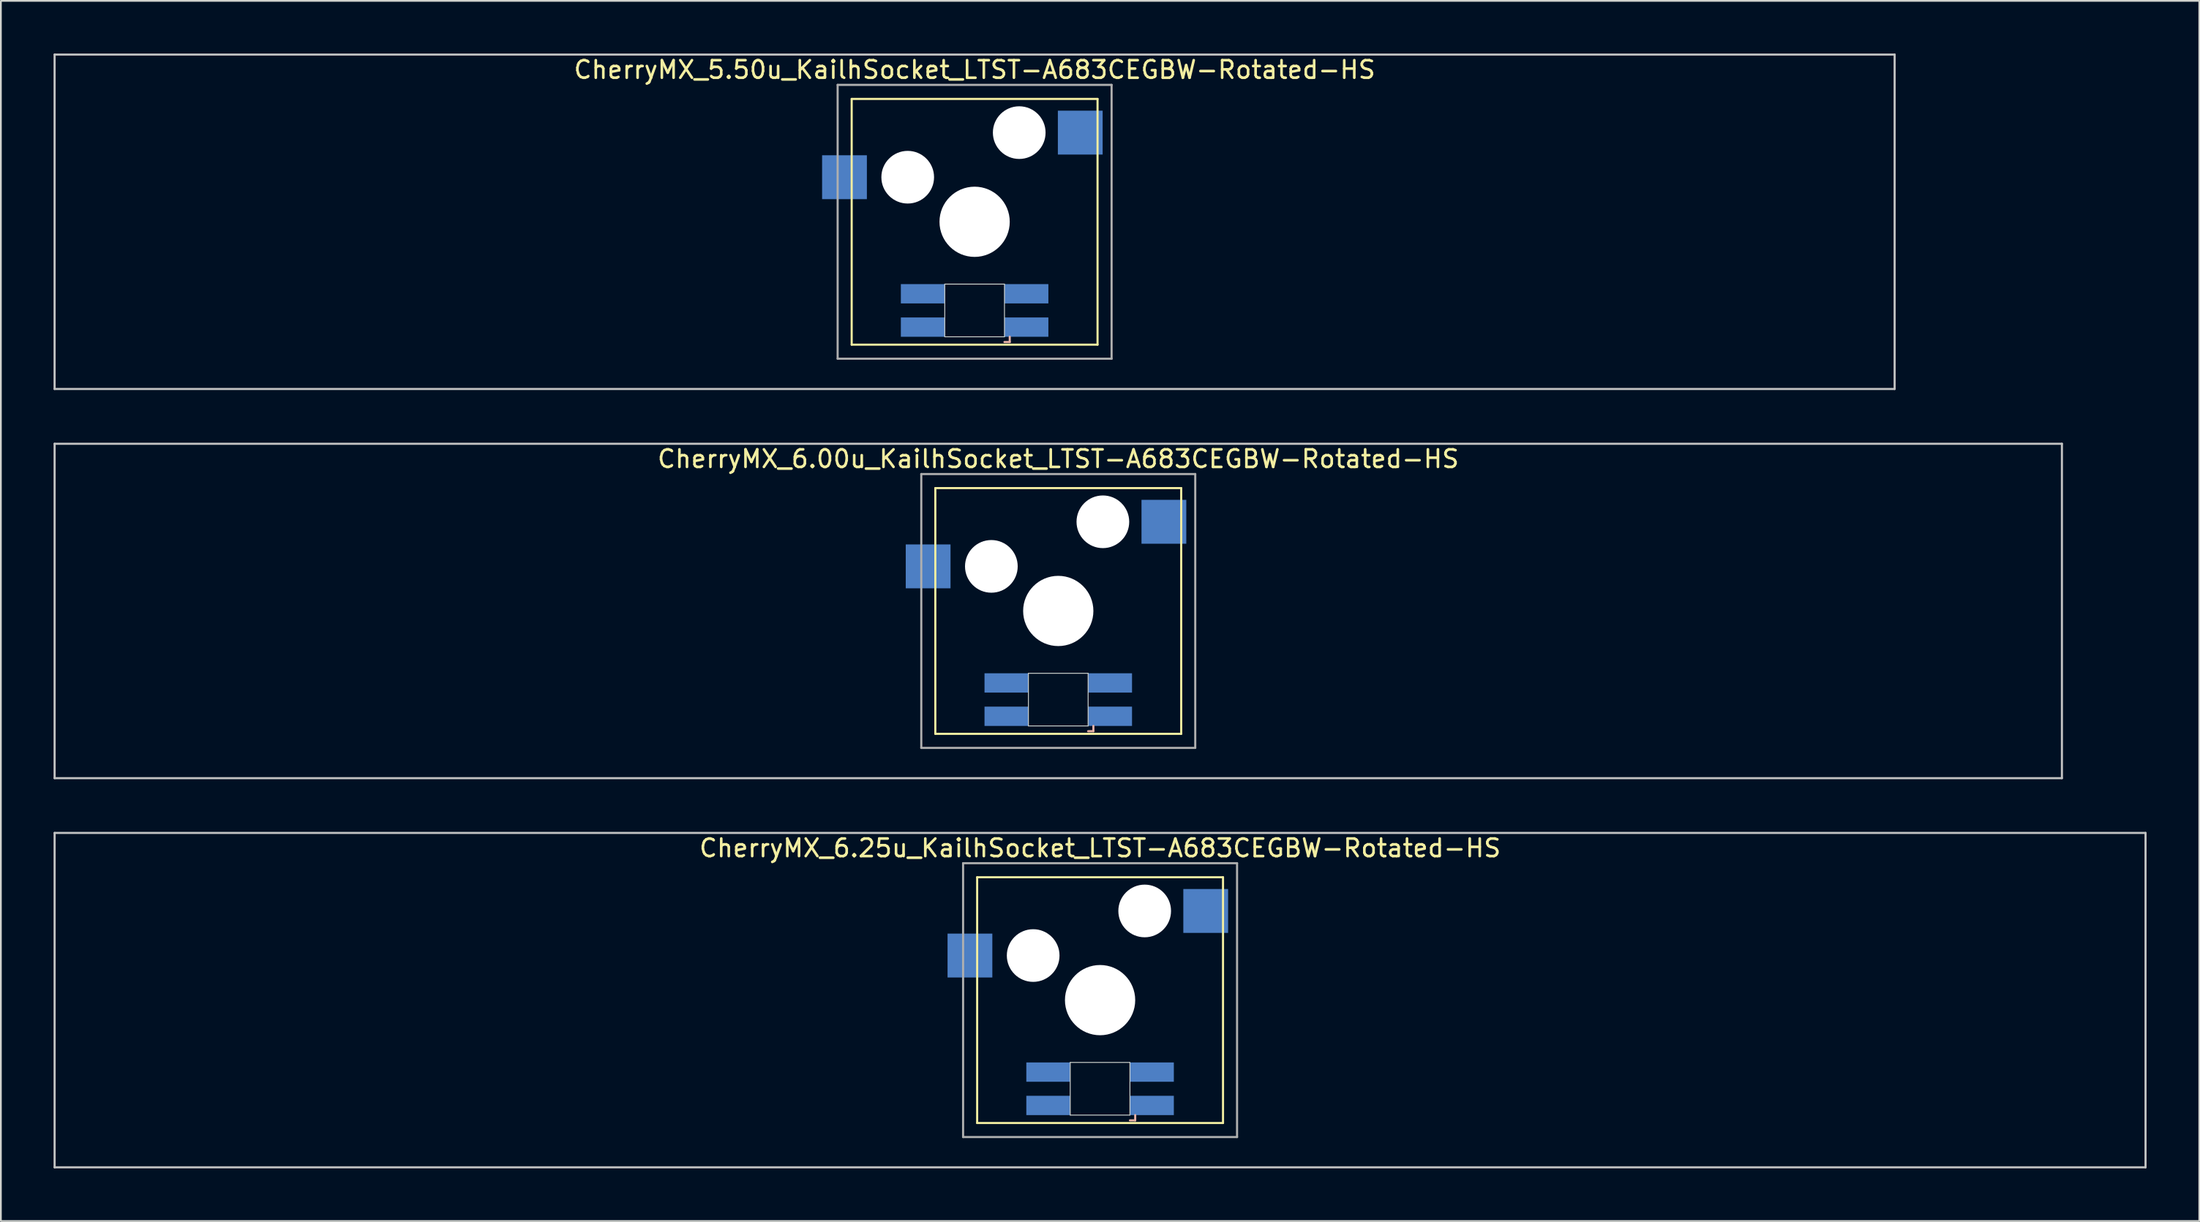
<source format=kicad_pcb>
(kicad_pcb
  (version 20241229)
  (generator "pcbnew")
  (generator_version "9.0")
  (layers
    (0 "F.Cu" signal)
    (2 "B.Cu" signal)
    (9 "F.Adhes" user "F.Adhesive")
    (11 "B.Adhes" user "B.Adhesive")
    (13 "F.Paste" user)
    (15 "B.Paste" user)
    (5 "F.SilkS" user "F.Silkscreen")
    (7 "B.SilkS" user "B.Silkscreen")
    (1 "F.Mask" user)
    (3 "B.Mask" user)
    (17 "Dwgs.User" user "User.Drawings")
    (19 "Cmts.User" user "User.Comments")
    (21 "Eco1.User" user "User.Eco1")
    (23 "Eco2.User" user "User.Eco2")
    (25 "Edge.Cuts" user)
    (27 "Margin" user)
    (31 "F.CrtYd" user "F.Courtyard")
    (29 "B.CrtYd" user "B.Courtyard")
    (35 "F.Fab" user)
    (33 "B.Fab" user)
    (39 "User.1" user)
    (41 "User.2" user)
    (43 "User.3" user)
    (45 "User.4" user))
  (footprint "CherryMX_6.25u_KailhSocket_LTST-A683CEGBW-Rotated-HS"
    (layer "F.Cu")
    (at 59.591 53.925)
    (property "Reference" "CherryMX_6.25u_KailhSocket_LTST-A683CEGBW-Rotated-HS" (at 0 -8.662 0) (layer "F.SilkS") (effects (font (size 1 1) (thickness 0.15))))
    (attr through_hole)
    (fp_line (start -7 -7) (end -7 7) (stroke (width 0.12) (type solid)) (layer "F.SilkS"))
    (fp_line (start -7 -7) (end 7 -7) (stroke (width 0.12) (type solid)) (layer "F.SilkS"))
    (fp_line (start 7 -7) (end 7 7) (stroke (width 0.12) (type solid)) (layer "F.SilkS"))
    (fp_line (start 7 7) (end -7 7) (stroke (width 0.12) (type solid)) (layer "F.SilkS"))
    (fp_line (start 1.7 6.85) (end 2 6.85) (stroke (width 0.12) (type solid)) (layer "B.SilkS"))
    (fp_line (start 2 6.85) (end 2 6.55) (stroke (width 0.12) (type solid)) (layer "B.SilkS"))
    (fp_line (start -59.531 -9.525) (end 59.531 -9.525) (stroke (width 0.12) (type solid)) (layer "Dwgs.User"))
    (fp_line (start -59.531 9.525) (end -59.531 -9.525) (stroke (width 0.12) (type solid)) (layer "Dwgs.User"))
    (fp_line (start 59.531 -9.525) (end 59.531 9.525) (stroke (width 0.12) (type solid)) (layer "Dwgs.User"))
    (fp_line (start 59.531 9.525) (end -59.531 9.525) (stroke (width 0.12) (type solid)) (layer "Dwgs.User"))
    (fp_line (start -1.7 3.55) (end 1.7 3.55) (stroke (width 0.05) (type solid)) (layer "Edge.Cuts"))
    (fp_line (start -1.7 6.55) (end -1.7 3.55) (stroke (width 0.05) (type solid)) (layer "Edge.Cuts"))
    (fp_line (start 1.7 3.55) (end 1.7 6.55) (stroke (width 0.05) (type solid)) (layer "Edge.Cuts"))
    (fp_line (start 1.7 6.55) (end -1.7 6.55) (stroke (width 0.05) (type solid)) (layer "Edge.Cuts"))
    (fp_line (start -7.8 -7.8) (end -7.8 7.8) (stroke (width 0.12) (type solid)) (layer "F.Fab"))
    (fp_line (start -7.8 -7.8) (end 7.8 -7.8) (stroke (width 0.12) (type solid)) (layer "F.Fab"))
    (fp_line (start -7.8 7.8) (end 7.8 7.8) (stroke (width 0.12) (type solid)) (layer "F.Fab"))
    (fp_line (start 7.8 -7.8) (end 7.8 7.8) (stroke (width 0.12) (type solid)) (layer "F.Fab"))
    (pad "" np_thru_hole circle (at -3.81 -2.54) (size 3 3) (drill 3) (layers "*.Cu" "*.Mask"))
    (pad "" np_thru_hole circle (at 0 0) (size 4 4) (drill 4) (layers "*.Cu" "*.Mask"))
    (pad "" np_thru_hole circle (at 2.54 -5.08) (size 3 3) (drill 3) (layers "*.Cu" "*.Mask"))
    (pad "1" smd rect (at -7.41 -2.54) (size 2.55 2.5) (layers "B.Cu" "B.Mask" "B.Paste"))
    (pad "2" smd rect (at 6.015 -5.08) (size 2.55 2.5) (layers "B.Cu" "B.Mask" "B.Paste"))
    (pad "3" smd rect (at 2.95 6) (size 2.5 1.1) (layers "B.Cu" "B.Mask" "B.Paste"))
    (pad "4" smd rect (at 2.95 4.1) (size 2.5 1.1) (layers "B.Cu" "B.Mask" "B.Paste"))
    (pad "5" smd rect (at -2.95 6) (size 2.5 1.1) (layers "B.Cu" "B.Mask" "B.Paste"))
    (pad "6" smd rect (at -2.95 4.1) (size 2.5 1.1) (layers "B.Cu" "B.Mask" "B.Paste")))
  (footprint "CherryMX_5.50u_KailhSocket_LTST-A683CEGBW-Rotated-HS"
    (layer "F.Cu")
    (at 52.447 9.585)
    (property "Reference" "CherryMX_5.50u_KailhSocket_LTST-A683CEGBW-Rotated-HS" (at 0 -8.662 0) (layer "F.SilkS") (effects (font (size 1 1) (thickness 0.15))))
    (attr through_hole)
    (fp_line (start -7 -7) (end -7 7) (stroke (width 0.12) (type solid)) (layer "F.SilkS"))
    (fp_line (start -7 -7) (end 7 -7) (stroke (width 0.12) (type solid)) (layer "F.SilkS"))
    (fp_line (start 7 -7) (end 7 7) (stroke (width 0.12) (type solid)) (layer "F.SilkS"))
    (fp_line (start 7 7) (end -7 7) (stroke (width 0.12) (type solid)) (layer "F.SilkS"))
    (fp_line (start 1.7 6.85) (end 2 6.85) (stroke (width 0.12) (type solid)) (layer "B.SilkS"))
    (fp_line (start 2 6.85) (end 2 6.55) (stroke (width 0.12) (type solid)) (layer "B.SilkS"))
    (fp_line (start -52.388 -9.525) (end 52.388 -9.525) (stroke (width 0.12) (type solid)) (layer "Dwgs.User"))
    (fp_line (start -52.388 9.525) (end -52.388 -9.525) (stroke (width 0.12) (type solid)) (layer "Dwgs.User"))
    (fp_line (start 52.388 -9.525) (end 52.388 9.525) (stroke (width 0.12) (type solid)) (layer "Dwgs.User"))
    (fp_line (start 52.388 9.525) (end -52.388 9.525) (stroke (width 0.12) (type solid)) (layer "Dwgs.User"))
    (fp_line (start -1.7 3.55) (end 1.7 3.55) (stroke (width 0.05) (type solid)) (layer "Edge.Cuts"))
    (fp_line (start -1.7 6.55) (end -1.7 3.55) (stroke (width 0.05) (type solid)) (layer "Edge.Cuts"))
    (fp_line (start 1.7 3.55) (end 1.7 6.55) (stroke (width 0.05) (type solid)) (layer "Edge.Cuts"))
    (fp_line (start 1.7 6.55) (end -1.7 6.55) (stroke (width 0.05) (type solid)) (layer "Edge.Cuts"))
    (fp_line (start -7.8 -7.8) (end -7.8 7.8) (stroke (width 0.12) (type solid)) (layer "F.Fab"))
    (fp_line (start -7.8 -7.8) (end 7.8 -7.8) (stroke (width 0.12) (type solid)) (layer "F.Fab"))
    (fp_line (start -7.8 7.8) (end 7.8 7.8) (stroke (width 0.12) (type solid)) (layer "F.Fab"))
    (fp_line (start 7.8 -7.8) (end 7.8 7.8) (stroke (width 0.12) (type solid)) (layer "F.Fab"))
    (pad "" np_thru_hole circle (at -3.81 -2.54) (size 3 3) (drill 3) (layers "*.Cu" "*.Mask"))
    (pad "" np_thru_hole circle (at 0 0) (size 4 4) (drill 4) (layers "*.Cu" "*.Mask"))
    (pad "" np_thru_hole circle (at 2.54 -5.08) (size 3 3) (drill 3) (layers "*.Cu" "*.Mask"))
    (pad "1" smd rect (at -7.41 -2.54) (size 2.55 2.5) (layers "B.Cu" "B.Mask" "B.Paste"))
    (pad "2" smd rect (at 6.015 -5.08) (size 2.55 2.5) (layers "B.Cu" "B.Mask" "B.Paste"))
    (pad "3" smd rect (at 2.95 6) (size 2.5 1.1) (layers "B.Cu" "B.Mask" "B.Paste"))
    (pad "4" smd rect (at 2.95 4.1) (size 2.5 1.1) (layers "B.Cu" "B.Mask" "B.Paste"))
    (pad "5" smd rect (at -2.95 6) (size 2.5 1.1) (layers "B.Cu" "B.Mask" "B.Paste"))
    (pad "6" smd rect (at -2.95 4.1) (size 2.5 1.1) (layers "B.Cu" "B.Mask" "B.Paste")))
  (footprint "CherryMX_6.00u_KailhSocket_LTST-A683CEGBW-Rotated-HS"
    (layer "F.Cu")
    (at 57.21 31.755)
    (property "Reference" "CherryMX_6.00u_KailhSocket_LTST-A683CEGBW-Rotated-HS" (at 0 -8.662 0) (layer "F.SilkS") (effects (font (size 1 1) (thickness 0.15))))
    (attr through_hole)
    (fp_line (start -7 -7) (end -7 7) (stroke (width 0.12) (type solid)) (layer "F.SilkS"))
    (fp_line (start -7 -7) (end 7 -7) (stroke (width 0.12) (type solid)) (layer "F.SilkS"))
    (fp_line (start 7 -7) (end 7 7) (stroke (width 0.12) (type solid)) (layer "F.SilkS"))
    (fp_line (start 7 7) (end -7 7) (stroke (width 0.12) (type solid)) (layer "F.SilkS"))
    (fp_line (start 1.7 6.85) (end 2 6.85) (stroke (width 0.12) (type solid)) (layer "B.SilkS"))
    (fp_line (start 2 6.85) (end 2 6.55) (stroke (width 0.12) (type solid)) (layer "B.SilkS"))
    (fp_line (start -57.15 -9.525) (end 57.15 -9.525) (stroke (width 0.12) (type solid)) (layer "Dwgs.User"))
    (fp_line (start -57.15 9.525) (end -57.15 -9.525) (stroke (width 0.12) (type solid)) (layer "Dwgs.User"))
    (fp_line (start 57.15 -9.525) (end 57.15 9.525) (stroke (width 0.12) (type solid)) (layer "Dwgs.User"))
    (fp_line (start 57.15 9.525) (end -57.15 9.525) (stroke (width 0.12) (type solid)) (layer "Dwgs.User"))
    (fp_line (start -1.7 3.55) (end 1.7 3.55) (stroke (width 0.05) (type solid)) (layer "Edge.Cuts"))
    (fp_line (start -1.7 6.55) (end -1.7 3.55) (stroke (width 0.05) (type solid)) (layer "Edge.Cuts"))
    (fp_line (start 1.7 3.55) (end 1.7 6.55) (stroke (width 0.05) (type solid)) (layer "Edge.Cuts"))
    (fp_line (start 1.7 6.55) (end -1.7 6.55) (stroke (width 0.05) (type solid)) (layer "Edge.Cuts"))
    (fp_line (start -7.8 -7.8) (end -7.8 7.8) (stroke (width 0.12) (type solid)) (layer "F.Fab"))
    (fp_line (start -7.8 -7.8) (end 7.8 -7.8) (stroke (width 0.12) (type solid)) (layer "F.Fab"))
    (fp_line (start -7.8 7.8) (end 7.8 7.8) (stroke (width 0.12) (type solid)) (layer "F.Fab"))
    (fp_line (start 7.8 -7.8) (end 7.8 7.8) (stroke (width 0.12) (type solid)) (layer "F.Fab"))
    (pad "" np_thru_hole circle (at -3.81 -2.54) (size 3 3) (drill 3) (layers "*.Cu" "*.Mask"))
    (pad "" np_thru_hole circle (at 0 0) (size 4 4) (drill 4) (layers "*.Cu" "*.Mask"))
    (pad "" np_thru_hole circle (at 2.54 -5.08) (size 3 3) (drill 3) (layers "*.Cu" "*.Mask"))
    (pad "1" smd rect (at -7.41 -2.54) (size 2.55 2.5) (layers "B.Cu" "B.Mask" "B.Paste"))
    (pad "2" smd rect (at 6.015 -5.08) (size 2.55 2.5) (layers "B.Cu" "B.Mask" "B.Paste"))
    (pad "3" smd rect (at 2.95 6) (size 2.5 1.1) (layers "B.Cu" "B.Mask" "B.Paste"))
    (pad "4" smd rect (at 2.95 4.1) (size 2.5 1.1) (layers "B.Cu" "B.Mask" "B.Paste"))
    (pad "5" smd rect (at -2.95 6) (size 2.5 1.1) (layers "B.Cu" "B.Mask" "B.Paste"))
    (pad "6" smd rect (at -2.95 4.1) (size 2.5 1.1) (layers "B.Cu" "B.Mask" "B.Paste")))
  (gr_rect
    (start -3 -3)
    (end 122.183 66.51)
    (stroke (width 0.1) (type default))
    (fill no)
    (layer "Edge.Cuts")))
</source>
